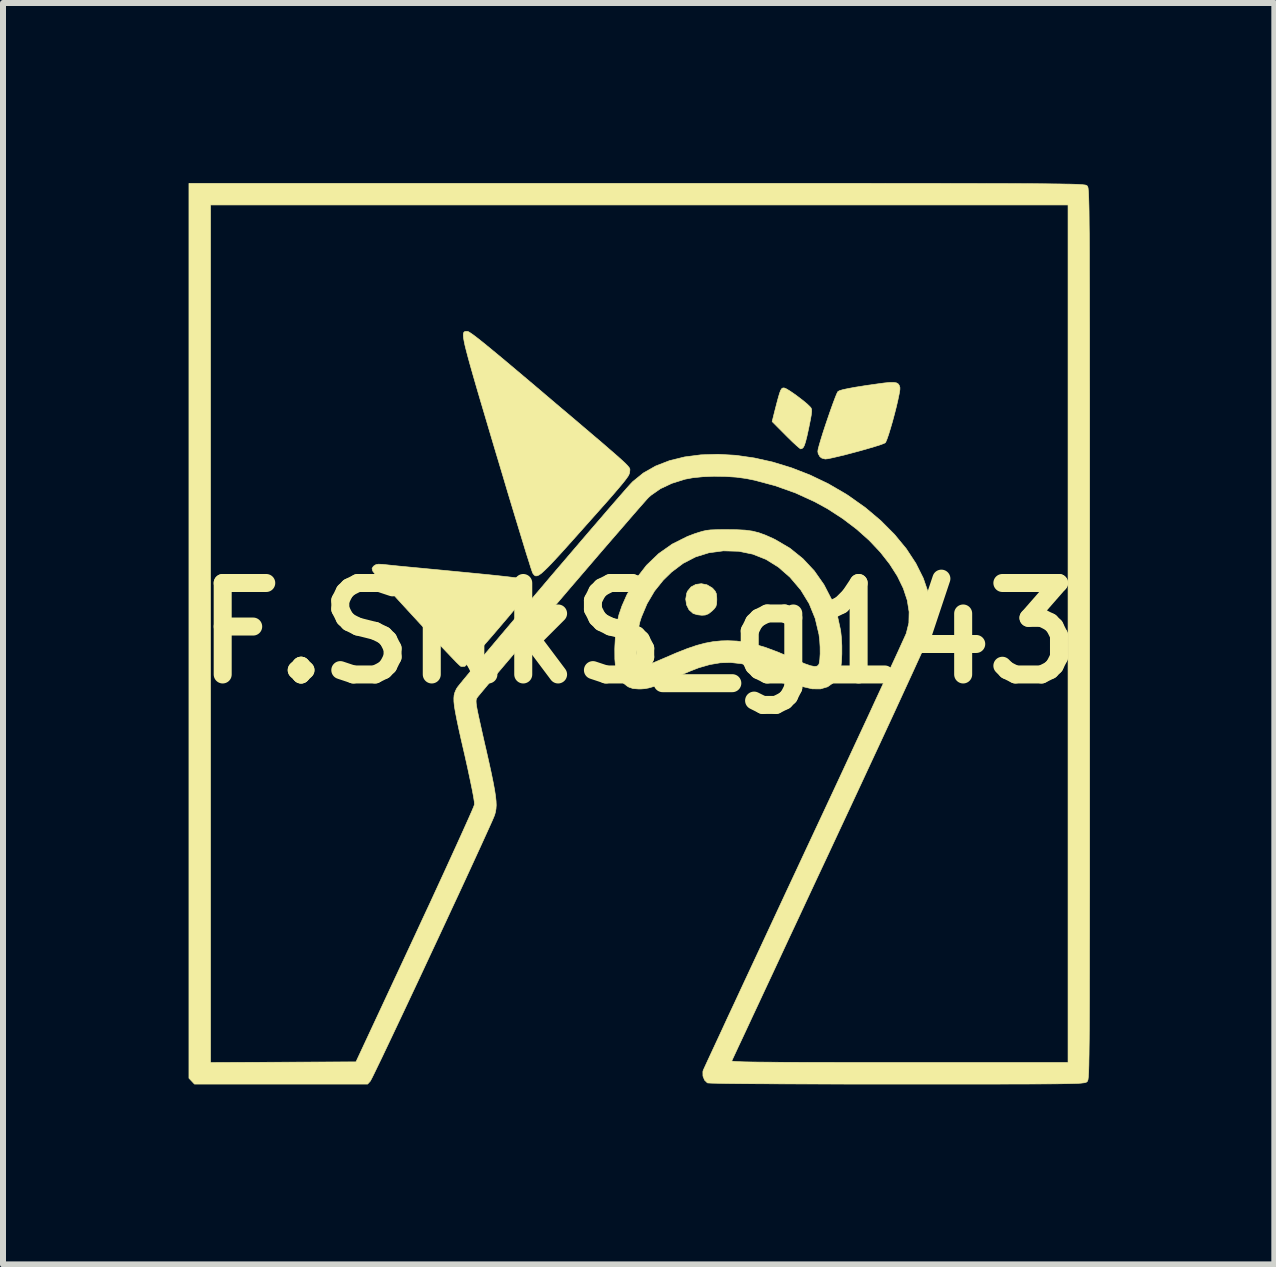
<source format=kicad_pcb>
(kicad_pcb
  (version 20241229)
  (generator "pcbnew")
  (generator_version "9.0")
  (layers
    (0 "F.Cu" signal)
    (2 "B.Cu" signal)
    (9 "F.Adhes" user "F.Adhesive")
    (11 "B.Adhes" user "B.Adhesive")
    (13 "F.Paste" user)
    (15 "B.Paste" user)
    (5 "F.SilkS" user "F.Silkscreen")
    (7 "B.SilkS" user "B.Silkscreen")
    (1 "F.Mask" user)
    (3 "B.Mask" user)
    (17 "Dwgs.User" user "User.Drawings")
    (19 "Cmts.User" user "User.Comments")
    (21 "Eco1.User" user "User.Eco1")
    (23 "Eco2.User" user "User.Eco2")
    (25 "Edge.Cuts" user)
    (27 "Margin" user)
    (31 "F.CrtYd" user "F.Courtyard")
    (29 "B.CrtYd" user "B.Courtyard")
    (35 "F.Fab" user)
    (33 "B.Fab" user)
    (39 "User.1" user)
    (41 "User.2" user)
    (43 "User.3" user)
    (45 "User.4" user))
  (footprint "F.SilkS_g143"
    (layer "F.Cu")
    (at 7.591 7.498)
    (property "Reference" "F.SilkS_g143" (at 0 0 0) (layer "F.SilkS") (effects (font (size 1.524 1.524) (thickness 0.3))))
    (attr through_hole)
    (fp_poly (pts (xy 1.137 -0.805) (xy 1.221 -0.756) (xy 1.236 -0.743) (xy 1.275 -0.698) (xy 1.295 -0.654) (xy 1.301 -0.593) (xy 1.302 -0.559) (xy 1.299 -0.488) (xy 1.286 -0.441) (xy 1.256 -0.401) (xy 1.223 -0.369) (xy 1.164 -0.322) (xy 1.11 -0.301) (xy 1.053 -0.297) (xy 0.981 -0.305) (xy 0.916 -0.324) (xy 0.905 -0.329) (xy 0.839 -0.388) (xy 0.798 -0.47) (xy 0.784 -0.566) (xy 0.8 -0.663) (xy 0.815 -0.699) (xy 0.873 -0.769) (xy 0.953 -0.811) (xy 1.044 -0.823) (xy 1.137 -0.805)) (stroke (width 0.01) (type solid)) (fill yes) (layer "F.SilkS"))
    (fp_poly (pts (xy 2.456 -4.072) (xy 2.513 -4.038) (xy 2.586 -3.989) (xy 2.665 -3.931) (xy 2.743 -3.871) (xy 2.81 -3.815) (xy 2.858 -3.768) (xy 2.872 -3.751) (xy 2.881 -3.728) (xy 2.882 -3.69) (xy 2.875 -3.629) (xy 2.859 -3.541) (xy 2.834 -3.418) (xy 2.832 -3.408) (xy 2.804 -3.28) (xy 2.781 -3.189) (xy 2.761 -3.127) (xy 2.741 -3.091) (xy 2.72 -3.074) (xy 2.698 -3.069) (xy 2.677 -3.084) (xy 2.631 -3.123) (xy 2.567 -3.182) (xy 2.491 -3.256) (xy 2.45 -3.297) (xy 2.224 -3.524) (xy 2.266 -3.694) (xy 2.301 -3.83) (xy 2.328 -3.93) (xy 2.349 -4) (xy 2.366 -4.045) (xy 2.382 -4.071) (xy 2.398 -4.082) (xy 2.418 -4.085) (xy 2.422 -4.085) (xy 2.456 -4.072)) (stroke (width 0.01) (type solid)) (fill yes) (layer "F.SilkS"))
    (fp_poly (pts (xy 4.295 -4.169) (xy 4.323 -4.153) (xy 4.341 -4.128) (xy 4.352 -4.093) (xy 4.353 -4.092) (xy 4.352 -4.053) (xy 4.34 -3.982) (xy 4.32 -3.886) (xy 4.294 -3.773) (xy 4.263 -3.651) (xy 4.23 -3.528) (xy 4.196 -3.412) (xy 4.165 -3.31) (xy 4.137 -3.23) (xy 4.116 -3.181) (xy 4.109 -3.171) (xy 4.08 -3.157) (xy 4.017 -3.134) (xy 3.927 -3.106) (xy 3.818 -3.074) (xy 3.696 -3.039) (xy 3.569 -3.005) (xy 3.444 -2.972) (xy 3.328 -2.944) (xy 3.229 -2.921) (xy 3.153 -2.905) (xy 3.108 -2.9) (xy 3.108 -2.9) (xy 3.052 -2.915) (xy 3.02 -2.939) (xy 2.991 -2.99) (xy 2.985 -3.028) (xy 2.991 -3.068) (xy 3.01 -3.138) (xy 3.038 -3.233) (xy 3.073 -3.346) (xy 3.113 -3.468) (xy 3.156 -3.594) (xy 3.198 -3.716) (xy 3.238 -3.827) (xy 3.273 -3.92) (xy 3.3 -3.987) (xy 3.319 -4.023) (xy 3.32 -4.025) (xy 3.349 -4.04) (xy 3.407 -4.057) (xy 3.498 -4.076) (xy 3.624 -4.099) (xy 3.79 -4.125) (xy 3.803 -4.127) (xy 3.965 -4.15) (xy 4.09 -4.167) (xy 4.183 -4.176) (xy 4.249 -4.176) (xy 4.295 -4.169)) (stroke (width 0.01) (type solid)) (fill yes) (layer "F.SilkS"))
    (fp_poly (pts (xy -4.268 -1.145) (xy -4.23 -1.141) (xy -4.182 -1.136) (xy -4.097 -1.127) (xy -3.979 -1.115) (xy -3.833 -1.101) (xy -3.664 -1.085) (xy -3.477 -1.067) (xy -3.276 -1.048) (xy -3.069 -1.028) (xy -2.862 -1.008) (xy -2.667 -0.989) (xy -2.486 -0.971) (xy -2.325 -0.954) (xy -2.188 -0.939) (xy -2.08 -0.926) (xy -2.005 -0.917) (xy -1.967 -0.91) (xy -1.967 -0.91) (xy -1.894 -0.872) (xy -1.853 -0.812) (xy -1.845 -0.735) (xy -1.872 -0.649) (xy -1.901 -0.601) (xy -1.941 -0.549) (xy -2.001 -0.475) (xy -2.078 -0.382) (xy -2.166 -0.276) (xy -2.264 -0.161) (xy -2.366 -0.041) (xy -2.469 0.079) (xy -2.57 0.194) (xy -2.663 0.301) (xy -2.746 0.394) (xy -2.814 0.47) (xy -2.864 0.524) (xy -2.892 0.55) (xy -2.895 0.553) (xy -2.945 0.557) (xy -2.965 0.553) (xy -2.987 0.534) (xy -3.034 0.489) (xy -3.102 0.418) (xy -3.188 0.328) (xy -3.29 0.221) (xy -3.403 0.101) (xy -3.524 -0.029) (xy -3.649 -0.164) (xy -3.776 -0.302) (xy -3.901 -0.438) (xy -4.02 -0.568) (xy -4.131 -0.69) (xy -4.229 -0.799) (xy -4.312 -0.892) (xy -4.375 -0.964) (xy -4.416 -1.014) (xy -4.431 -1.034) (xy -4.442 -1.077) (xy -4.422 -1.109) (xy -4.409 -1.121) (xy -4.376 -1.141) (xy -4.334 -1.148) (xy -4.268 -1.145)) (stroke (width 0.01) (type solid)) (fill yes) (layer "F.SilkS"))
    (fp_poly (pts (xy -2.835 -5.021) (xy -2.803 -5.001) (xy -2.754 -4.967) (xy -2.687 -4.916) (xy -2.601 -4.848) (xy -2.493 -4.76) (xy -2.362 -4.652) (xy -2.207 -4.523) (xy -2.024 -4.369) (xy -1.813 -4.191) (xy -1.572 -3.987) (xy -1.563 -3.979) (xy -1.317 -3.77) (xy -1.1 -3.587) (xy -0.912 -3.427) (xy -0.751 -3.29) (xy -0.613 -3.173) (xy -0.499 -3.074) (xy -0.404 -2.992) (xy -0.328 -2.925) (xy -0.268 -2.871) (xy -0.223 -2.829) (xy -0.191 -2.796) (xy -0.169 -2.771) (xy -0.155 -2.752) (xy -0.148 -2.737) (xy -0.146 -2.724) (xy -0.147 -2.712) (xy -0.148 -2.699) (xy -0.149 -2.691) (xy -0.151 -2.672) (xy -0.158 -2.65) (xy -0.171 -2.622) (xy -0.195 -2.587) (xy -0.23 -2.54) (xy -0.279 -2.479) (xy -0.344 -2.402) (xy -0.427 -2.305) (xy -0.531 -2.186) (xy -0.658 -2.043) (xy -0.81 -1.872) (xy -0.884 -1.789) (xy -1.055 -1.597) (xy -1.2 -1.435) (xy -1.322 -1.3) (xy -1.423 -1.191) (xy -1.505 -1.105) (xy -1.571 -1.041) (xy -1.622 -0.995) (xy -1.662 -0.967) (xy -1.693 -0.954) (xy -1.717 -0.953) (xy -1.736 -0.963) (xy -1.753 -0.982) (xy -1.765 -0.999) (xy -1.775 -1.026) (xy -1.797 -1.09) (xy -1.828 -1.19) (xy -1.87 -1.321) (xy -1.919 -1.482) (xy -1.976 -1.669) (xy -2.04 -1.879) (xy -2.11 -2.11) (xy -2.185 -2.358) (xy -2.263 -2.621) (xy -2.345 -2.895) (xy -2.372 -2.984) (xy -2.471 -3.317) (xy -2.558 -3.611) (xy -2.635 -3.87) (xy -2.701 -4.095) (xy -2.757 -4.289) (xy -2.804 -4.454) (xy -2.842 -4.592) (xy -2.872 -4.706) (xy -2.895 -4.798) (xy -2.91 -4.871) (xy -2.919 -4.926) (xy -2.922 -4.967) (xy -2.919 -4.994) (xy -2.912 -5.012) (xy -2.9 -5.022) (xy -2.884 -5.026) (xy -2.866 -5.027) (xy -2.854 -5.027) (xy -2.835 -5.021)) (stroke (width 0.01) (type solid)) (fill yes) (layer "F.SilkS"))
    (fp_poly (pts (xy 1.64 -1.722) (xy 1.777 -1.715) (xy 1.894 -1.699) (xy 2.002 -1.672) (xy 2.112 -1.632) (xy 2.234 -1.578) (xy 2.28 -1.555) (xy 2.52 -1.414) (xy 2.736 -1.24) (xy 2.926 -1.037) (xy 3.087 -0.807) (xy 3.217 -0.556) (xy 3.312 -0.286) (xy 3.365 -0.042) (xy 3.378 0.076) (xy 3.385 0.211) (xy 3.385 0.349) (xy 3.379 0.476) (xy 3.367 0.578) (xy 3.364 0.591) (xy 3.318 0.725) (xy 3.245 0.826) (xy 3.148 0.895) (xy 3.03 0.93) (xy 2.892 0.929) (xy 2.737 0.893) (xy 2.705 0.881) (xy 2.63 0.852) (xy 2.532 0.81) (xy 2.422 0.763) (xy 2.334 0.723) (xy 2.102 0.625) (xy 1.895 0.554) (xy 1.707 0.509) (xy 1.53 0.49) (xy 1.359 0.495) (xy 1.187 0.524) (xy 1.006 0.576) (xy 1.005 0.576) (xy 0.94 0.601) (xy 0.846 0.638) (xy 0.736 0.685) (xy 0.62 0.735) (xy 0.581 0.752) (xy 0.439 0.814) (xy 0.328 0.861) (xy 0.24 0.893) (xy 0.167 0.914) (xy 0.102 0.926) (xy 0.038 0.931) (xy -0.002 0.931) (xy -0.094 0.924) (xy -0.164 0.9) (xy -0.192 0.883) (xy -0.266 0.824) (xy -0.322 0.755) (xy -0.361 0.67) (xy -0.386 0.564) (xy -0.397 0.43) (xy -0.397 0.408) (xy -0.041 0.408) (xy -0.034 0.494) (xy -0.033 0.497) (xy -0.021 0.548) (xy -0.001 0.568) (xy 0.038 0.567) (xy 0.049 0.566) (xy 0.092 0.553) (xy 0.164 0.527) (xy 0.258 0.489) (xy 0.364 0.444) (xy 0.413 0.423) (xy 0.624 0.332) (xy 0.806 0.26) (xy 0.964 0.206) (xy 1.107 0.168) (xy 1.241 0.143) (xy 1.373 0.13) (xy 1.484 0.127) (xy 1.634 0.133) (xy 1.786 0.153) (xy 1.945 0.189) (xy 2.118 0.241) (xy 2.311 0.313) (xy 2.53 0.405) (xy 2.641 0.456) (xy 2.769 0.511) (xy 2.864 0.544) (xy 2.932 0.557) (xy 2.976 0.55) (xy 3.002 0.523) (xy 3.007 0.508) (xy 3.018 0.44) (xy 3.024 0.344) (xy 3.023 0.232) (xy 3.016 0.119) (xy 3.004 0.021) (xy 2.941 -0.244) (xy 2.841 -0.49) (xy 2.702 -0.717) (xy 2.525 -0.926) (xy 2.519 -0.932) (xy 2.327 -1.1) (xy 2.121 -1.228) (xy 1.902 -1.315) (xy 1.669 -1.363) (xy 1.422 -1.37) (xy 1.41 -1.37) (xy 1.17 -1.338) (xy 0.948 -1.269) (xy 0.741 -1.162) (xy 0.546 -1.015) (xy 0.41 -0.882) (xy 0.263 -0.699) (xy 0.139 -0.488) (xy 0.045 -0.265) (xy 0.021 -0.19) (xy -0.002 -0.09) (xy -0.02 0.033) (xy -0.033 0.165) (xy -0.041 0.295) (xy -0.041 0.408) (xy -0.397 0.408) (xy -0.398 0.263) (xy -0.396 0.212) (xy -0.385 0.016) (xy -0.364 -0.152) (xy -0.329 -0.304) (xy -0.278 -0.453) (xy -0.207 -0.614) (xy -0.192 -0.646) (xy -0.044 -0.904) (xy 0.131 -1.13) (xy 0.332 -1.323) (xy 0.559 -1.483) (xy 0.811 -1.609) (xy 0.926 -1.653) (xy 1.006 -1.679) (xy 1.071 -1.698) (xy 1.131 -1.711) (xy 1.197 -1.719) (xy 1.279 -1.722) (xy 1.386 -1.724) (xy 1.471 -1.724) (xy 1.64 -1.722)) (stroke (width 0.01) (type solid)) (fill yes) (layer "F.SilkS"))
    (fp_poly (pts (xy 0.636 -7.493) (xy 1.262 -7.493) (xy 1.849 -7.493) (xy 2.397 -7.493) (xy 2.908 -7.493) (xy 3.383 -7.493) (xy 3.824 -7.493) (xy 4.232 -7.492) (xy 4.608 -7.492) (xy 4.953 -7.492) (xy 5.269 -7.491) (xy 5.557 -7.491) (xy 5.819 -7.49) (xy 6.055 -7.49) (xy 6.267 -7.489) (xy 6.457 -7.488) (xy 6.625 -7.487) (xy 6.773 -7.486) (xy 6.902 -7.484) (xy 7.014 -7.483) (xy 7.11 -7.481) (xy 7.19 -7.48) (xy 7.258 -7.478) (xy 7.313 -7.476) (xy 7.357 -7.473) (xy 7.391 -7.471) (xy 7.418 -7.468) (xy 7.437 -7.466) (xy 7.45 -7.463) (xy 7.46 -7.459) (xy 7.466 -7.456) (xy 7.47 -7.452) (xy 7.472 -7.451) (xy 7.476 -7.447) (xy 7.479 -7.441) (xy 7.483 -7.433) (xy 7.486 -7.422) (xy 7.489 -7.405) (xy 7.491 -7.381) (xy 7.494 -7.35) (xy 7.496 -7.31) (xy 7.498 -7.259) (xy 7.5 -7.197) (xy 7.502 -7.121) (xy 7.504 -7.031) (xy 7.505 -6.926) (xy 7.506 -6.803) (xy 7.508 -6.662) (xy 7.509 -6.502) (xy 7.51 -6.32) (xy 7.51 -6.117) (xy 7.511 -5.89) (xy 7.512 -5.638) (xy 7.512 -5.359) (xy 7.513 -5.054) (xy 7.513 -4.719) (xy 7.513 -4.354) (xy 7.514 -3.958) (xy 7.514 -3.53) (xy 7.514 -3.067) (xy 7.514 -2.568) (xy 7.514 -2.033) (xy 7.514 -1.46) (xy 7.514 -0.848) (xy 7.514 -0.195) (xy 7.514 0.011) (xy 7.514 0.676) (xy 7.514 1.3) (xy 7.514 1.885) (xy 7.514 2.431) (xy 7.514 2.941) (xy 7.514 3.414) (xy 7.514 3.853) (xy 7.514 4.259) (xy 7.513 4.633) (xy 7.513 4.977) (xy 7.512 5.291) (xy 7.512 5.577) (xy 7.511 5.837) (xy 7.511 6.072) (xy 7.51 6.282) (xy 7.509 6.47) (xy 7.508 6.637) (xy 7.507 6.784) (xy 7.505 6.912) (xy 7.504 7.022) (xy 7.502 7.117) (xy 7.501 7.196) (xy 7.499 7.263) (xy 7.497 7.317) (xy 7.494 7.36) (xy 7.492 7.394) (xy 7.489 7.42) (xy 7.487 7.438) (xy 7.483 7.451) (xy 7.48 7.46) (xy 7.477 7.466) (xy 7.473 7.471) (xy 7.472 7.472) (xy 7.466 7.478) (xy 7.457 7.483) (xy 7.445 7.487) (xy 7.427 7.492) (xy 7.401 7.495) (xy 7.366 7.499) (xy 7.318 7.502) (xy 7.255 7.504) (xy 7.177 7.506) (xy 7.081 7.508) (xy 6.964 7.51) (xy 6.825 7.511) (xy 6.662 7.512) (xy 6.473 7.513) (xy 6.255 7.513) (xy 6.007 7.514) (xy 5.726 7.514) (xy 5.411 7.514) (xy 5.059 7.514) (xy 4.669 7.514) (xy 4.306 7.514) (xy 3.861 7.514) (xy 3.446 7.514) (xy 3.061 7.513) (xy 2.709 7.512) (xy 2.389 7.511) (xy 2.103 7.509) (xy 1.852 7.508) (xy 1.638 7.506) (xy 1.46 7.504) (xy 1.321 7.501) (xy 1.222 7.499) (xy 1.162 7.496) (xy 1.145 7.494) (xy 1.098 7.448) (xy 1.071 7.38) (xy 1.07 7.307) (xy 1.075 7.287) (xy 1.086 7.262) (xy 1.114 7.201) (xy 1.158 7.105) (xy 1.218 6.976) (xy 1.292 6.817) (xy 1.379 6.63) (xy 1.478 6.415) (xy 1.59 6.176) (xy 1.712 5.913) (xy 1.844 5.63) (xy 1.985 5.328) (xy 2.134 5.008) (xy 2.29 4.673) (xy 2.452 4.325) (xy 2.62 3.966) (xy 2.752 3.683) (xy 2.924 3.315) (xy 3.092 2.956) (xy 3.254 2.609) (xy 3.41 2.274) (xy 3.558 1.955) (xy 3.699 1.652) (xy 3.831 1.369) (xy 3.952 1.106) (xy 4.063 0.867) (xy 4.162 0.653) (xy 4.249 0.465) (xy 4.322 0.307) (xy 4.38 0.179) (xy 4.423 0.085) (xy 4.45 0.025) (xy 4.459 0.004) (xy 4.502 -0.169) (xy 4.506 -0.354) (xy 4.475 -0.547) (xy 4.409 -0.746) (xy 4.311 -0.948) (xy 4.182 -1.15) (xy 4.025 -1.35) (xy 3.841 -1.545) (xy 3.631 -1.732) (xy 3.399 -1.908) (xy 3.146 -2.072) (xy 2.932 -2.189) (xy 2.615 -2.334) (xy 2.276 -2.455) (xy 1.932 -2.547) (xy 1.789 -2.576) (xy 1.626 -2.598) (xy 1.444 -2.61) (xy 1.254 -2.613) (xy 1.068 -2.605) (xy 0.901 -2.588) (xy 0.773 -2.564) (xy 0.553 -2.495) (xy 0.363 -2.406) (xy 0.207 -2.297) (xy 0.165 -2.26) (xy 0.137 -2.23) (xy 0.084 -2.17) (xy 0.009 -2.085) (xy -0.087 -1.975) (xy -0.2 -1.844) (xy -0.329 -1.695) (xy -0.472 -1.53) (xy -0.625 -1.353) (xy -0.787 -1.164) (xy -0.955 -0.968) (xy -1.127 -0.768) (xy -1.301 -0.564) (xy -1.475 -0.361) (xy -1.646 -0.162) (xy -1.811 0.033) (xy -1.97 0.218) (xy -2.118 0.393) (xy -2.255 0.554) (xy -2.377 0.698) (xy -2.482 0.823) (xy -2.569 0.927) (xy -2.635 1.006) (xy -2.677 1.057) (xy -2.692 1.077) (xy -2.701 1.093) (xy -2.707 1.111) (xy -2.709 1.136) (xy -2.707 1.172) (xy -2.7 1.224) (xy -2.687 1.294) (xy -2.667 1.389) (xy -2.64 1.511) (xy -2.606 1.664) (xy -2.563 1.854) (xy -2.549 1.913) (xy -2.498 2.138) (xy -2.457 2.325) (xy -2.425 2.481) (xy -2.401 2.609) (xy -2.385 2.713) (xy -2.376 2.797) (xy -2.373 2.867) (xy -2.377 2.927) (xy -2.386 2.981) (xy -2.399 3.029) (xy -2.413 3.064) (xy -2.443 3.134) (xy -2.489 3.236) (xy -2.548 3.366) (xy -2.619 3.522) (xy -2.701 3.701) (xy -2.792 3.899) (xy -2.891 4.114) (xy -2.997 4.343) (xy -3.109 4.583) (xy -3.224 4.831) (xy -3.342 5.084) (xy -3.461 5.338) (xy -3.579 5.591) (xy -3.696 5.841) (xy -3.81 6.083) (xy -3.919 6.315) (xy -4.023 6.535) (xy -4.119 6.738) (xy -4.207 6.923) (xy -4.284 7.085) (xy -4.351 7.223) (xy -4.404 7.333) (xy -4.443 7.412) (xy -4.467 7.457) (xy -4.473 7.467) (xy -4.516 7.514) (xy -7.401 7.514) (xy -7.447 7.465) (xy -7.493 7.416) (xy -7.493 -7.133) (xy -7.133 -7.133) (xy -7.133 7.155) (xy -4.71 7.144) (xy -3.728 5.038) (xy -3.597 4.755) (xy -3.47 4.483) (xy -3.35 4.222) (xy -3.237 3.977) (xy -3.133 3.749) (xy -3.038 3.541) (xy -2.954 3.356) (xy -2.882 3.196) (xy -2.823 3.064) (xy -2.778 2.962) (xy -2.749 2.893) (xy -2.737 2.859) (xy -2.736 2.857) (xy -2.738 2.813) (xy -2.751 2.729) (xy -2.774 2.607) (xy -2.807 2.447) (xy -2.849 2.25) (xy -2.901 2.017) (xy -2.91 1.979) (xy -2.96 1.762) (xy -3 1.582) (xy -3.031 1.434) (xy -3.054 1.315) (xy -3.07 1.22) (xy -3.078 1.144) (xy -3.079 1.084) (xy -3.075 1.035) (xy -3.064 0.993) (xy -3.048 0.954) (xy -3.032 0.922) (xy -3.014 0.896) (xy -2.97 0.841) (xy -2.903 0.759) (xy -2.815 0.653) (xy -2.708 0.525) (xy -2.585 0.378) (xy -2.447 0.215) (xy -2.298 0.038) (xy -2.139 -0.15) (xy -1.972 -0.346) (xy -1.8 -0.549) (xy -1.625 -0.754) (xy -1.45 -0.961) (xy -1.275 -1.165) (xy -1.105 -1.364) (xy -0.94 -1.557) (xy -0.784 -1.739) (xy -0.637 -1.909) (xy -0.504 -2.064) (xy -0.385 -2.201) (xy -0.283 -2.318) (xy -0.201 -2.412) (xy -0.14 -2.48) (xy -0.102 -2.52) (xy -0.098 -2.524) (xy 0.078 -2.667) (xy 0.284 -2.784) (xy 0.514 -2.873) (xy 0.766 -2.935) (xy 1.037 -2.97) (xy 1.323 -2.979) (xy 1.62 -2.962) (xy 1.925 -2.918) (xy 2.235 -2.849) (xy 2.545 -2.754) (xy 2.854 -2.634) (xy 3.157 -2.489) (xy 3.451 -2.318) (xy 3.493 -2.291) (xy 3.778 -2.089) (xy 4.035 -1.872) (xy 4.263 -1.643) (xy 4.459 -1.405) (xy 4.619 -1.161) (xy 4.742 -0.915) (xy 4.826 -0.669) (xy 4.862 -0.467) (xy 4.87 -0.261) (xy 4.852 -0.062) (xy 4.808 0.116) (xy 4.792 0.153) (xy 4.76 0.227) (xy 4.712 0.334) (xy 4.648 0.474) (xy 4.571 0.643) (xy 4.48 0.841) (xy 4.377 1.065) (xy 4.263 1.313) (xy 4.138 1.583) (xy 4.004 1.872) (xy 3.861 2.179) (xy 3.711 2.502) (xy 3.554 2.839) (xy 3.391 3.188) (xy 3.224 3.546) (xy 3.155 3.694) (xy 2.987 4.052) (xy 2.824 4.401) (xy 2.667 4.738) (xy 2.516 5.06) (xy 2.373 5.367) (xy 2.239 5.655) (xy 2.113 5.924) (xy 1.998 6.171) (xy 1.894 6.393) (xy 1.802 6.591) (xy 1.723 6.76) (xy 1.657 6.9) (xy 1.607 7.008) (xy 1.572 7.083) (xy 1.554 7.122) (xy 1.551 7.128) (xy 1.557 7.132) (xy 1.58 7.135) (xy 1.62 7.138) (xy 1.681 7.141) (xy 1.763 7.144) (xy 1.869 7.146) (xy 2.001 7.148) (xy 2.159 7.149) (xy 2.347 7.151) (xy 2.565 7.152) (xy 2.817 7.153) (xy 3.102 7.153) (xy 3.424 7.154) (xy 3.784 7.154) (xy 4.183 7.154) (xy 4.347 7.154) (xy 7.154 7.154) (xy 7.154 -7.133) (xy -7.133 -7.133) (xy -7.493 -7.133) (xy -7.493 -7.493) (xy -0.032 -7.493) (xy 0.636 -7.493)) (stroke (width 0.01) (type solid)) (fill yes) (layer "F.SilkS")))
  (gr_rect
    (start -3 -3)
    (end 18.182 18.017)
    (stroke (width 0.1) (type default))
    (fill no)
    (layer "Edge.Cuts")))
</source>
